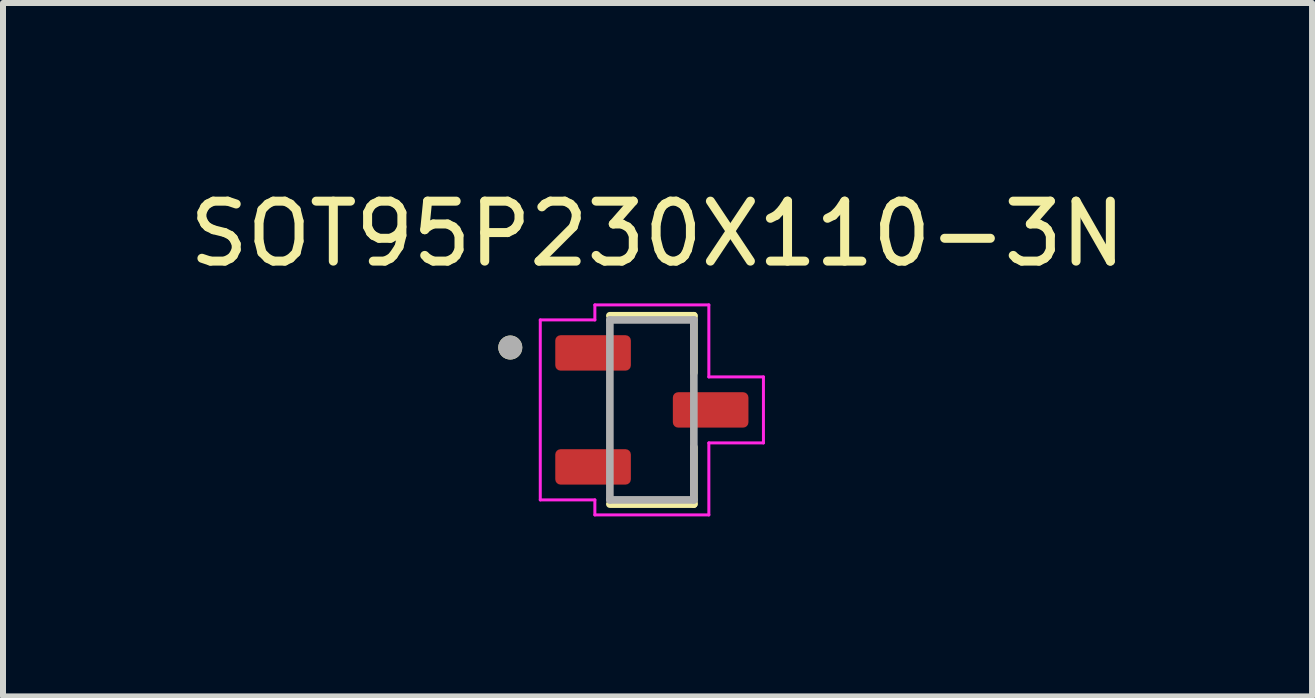
<source format=kicad_pcb>
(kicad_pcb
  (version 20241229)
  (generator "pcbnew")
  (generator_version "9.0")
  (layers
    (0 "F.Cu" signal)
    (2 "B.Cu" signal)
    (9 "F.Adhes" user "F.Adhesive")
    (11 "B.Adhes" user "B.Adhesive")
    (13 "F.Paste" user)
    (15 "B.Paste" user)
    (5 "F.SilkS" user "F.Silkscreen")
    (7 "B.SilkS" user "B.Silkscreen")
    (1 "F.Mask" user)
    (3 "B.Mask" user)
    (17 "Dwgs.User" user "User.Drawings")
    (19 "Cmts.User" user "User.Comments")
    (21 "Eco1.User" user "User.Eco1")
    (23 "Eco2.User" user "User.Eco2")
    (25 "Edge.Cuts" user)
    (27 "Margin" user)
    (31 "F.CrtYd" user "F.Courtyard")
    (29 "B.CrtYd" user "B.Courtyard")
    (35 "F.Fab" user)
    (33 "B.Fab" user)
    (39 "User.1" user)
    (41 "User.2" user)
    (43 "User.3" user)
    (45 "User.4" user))
  (footprint "SOT95P230X110-3N"
    (layer "F.Cu")
    (at 7.816 3.783)
    (property "Reference" "SOT95P230X110-3N" (at 0.095 -2.935 0) (layer "F.SilkS") (effects (font (size 1 1) (thickness 0.15))))
    (attr smd)
    (fp_line (start 0.7 -1.57) (end -0.7 -1.57) (stroke (width 0.127) (type solid)) (layer "F.SilkS"))
    (fp_line (start 0.7 -0.62) (end 0.7 -1.57) (stroke (width 0.127) (type solid)) (layer "F.SilkS"))
    (fp_line (start 0.7 0.62) (end 0.7 1.57) (stroke (width 0.127) (type solid)) (layer "F.SilkS"))
    (fp_line (start 0.7 1.57) (end -0.7 1.57) (stroke (width 0.127) (type solid)) (layer "F.SilkS"))
    (fp_circle (center -2.36 -1.04) (end -2.26 -1.04) (stroke (width 0.2) (type solid)) (fill no) (layer "F.SilkS"))
    (fp_line (start -1.86 -1.5) (end -1.86 1.5) (stroke (width 0.05) (type solid)) (layer "F.CrtYd"))
    (fp_line (start -0.95 -1.75) (end -0.95 -1.5) (stroke (width 0.05) (type solid)) (layer "F.CrtYd"))
    (fp_line (start -0.95 -1.5) (end -1.86 -1.5) (stroke (width 0.05) (type solid)) (layer "F.CrtYd"))
    (fp_line (start -0.95 1.5) (end -1.86 1.5) (stroke (width 0.05) (type solid)) (layer "F.CrtYd"))
    (fp_line (start -0.95 1.75) (end -0.95 1.5) (stroke (width 0.05) (type solid)) (layer "F.CrtYd"))
    (fp_line (start 0.95 -1.75) (end -0.95 -1.75) (stroke (width 0.05) (type solid)) (layer "F.CrtYd"))
    (fp_line (start 0.95 -0.55) (end 0.95 -1.75) (stroke (width 0.05) (type solid)) (layer "F.CrtYd"))
    (fp_line (start 0.95 0.55) (end 0.95 1.75) (stroke (width 0.05) (type solid)) (layer "F.CrtYd"))
    (fp_line (start 0.95 1.75) (end -0.95 1.75) (stroke (width 0.05) (type solid)) (layer "F.CrtYd"))
    (fp_line (start 1.86 -0.55) (end 0.95 -0.55) (stroke (width 0.05) (type solid)) (layer "F.CrtYd"))
    (fp_line (start 1.86 0.55) (end 0.95 0.55) (stroke (width 0.05) (type solid)) (layer "F.CrtYd"))
    (fp_line (start 1.86 0.55) (end 1.86 -0.55) (stroke (width 0.05) (type solid)) (layer "F.CrtYd"))
    (fp_line (start -0.7 -1.5) (end -0.7 1.5) (stroke (width 0.127) (type solid)) (layer "F.Fab"))
    (fp_line (start -0.7 1.5) (end 0.7 1.5) (stroke (width 0.127) (type solid)) (layer "F.Fab"))
    (fp_line (start 0.7 -1.5) (end -0.7 -1.5) (stroke (width 0.127) (type solid)) (layer "F.Fab"))
    (fp_line (start 0.7 1.5) (end 0.7 -1.5) (stroke (width 0.127) (type solid)) (layer "F.Fab"))
    (fp_circle (center -2.36 -1.04) (end -2.26 -1.04) (stroke (width 0.2) (type solid)) (fill no) (layer "F.Fab"))
    (pad "1" smd roundrect (at -0.98 -0.95) (size 1.26 0.59) (layers "F.Cu" "F.Mask" "F.Paste") (roundrect_rratio 0.15))
    (pad "2" smd roundrect (at -0.98 0.95) (size 1.26 0.59) (layers "F.Cu" "F.Mask" "F.Paste") (roundrect_rratio 0.15))
    (pad "3" smd roundrect (at 0.98 0) (size 1.26 0.59) (layers "F.Cu" "F.Mask" "F.Paste") (roundrect_rratio 0.15)))
  (gr_rect
    (start -3 -3)
    (end 18.821 8.558)
    (stroke (width 0.1) (type default))
    (fill no)
    (layer "Edge.Cuts")))
</source>
